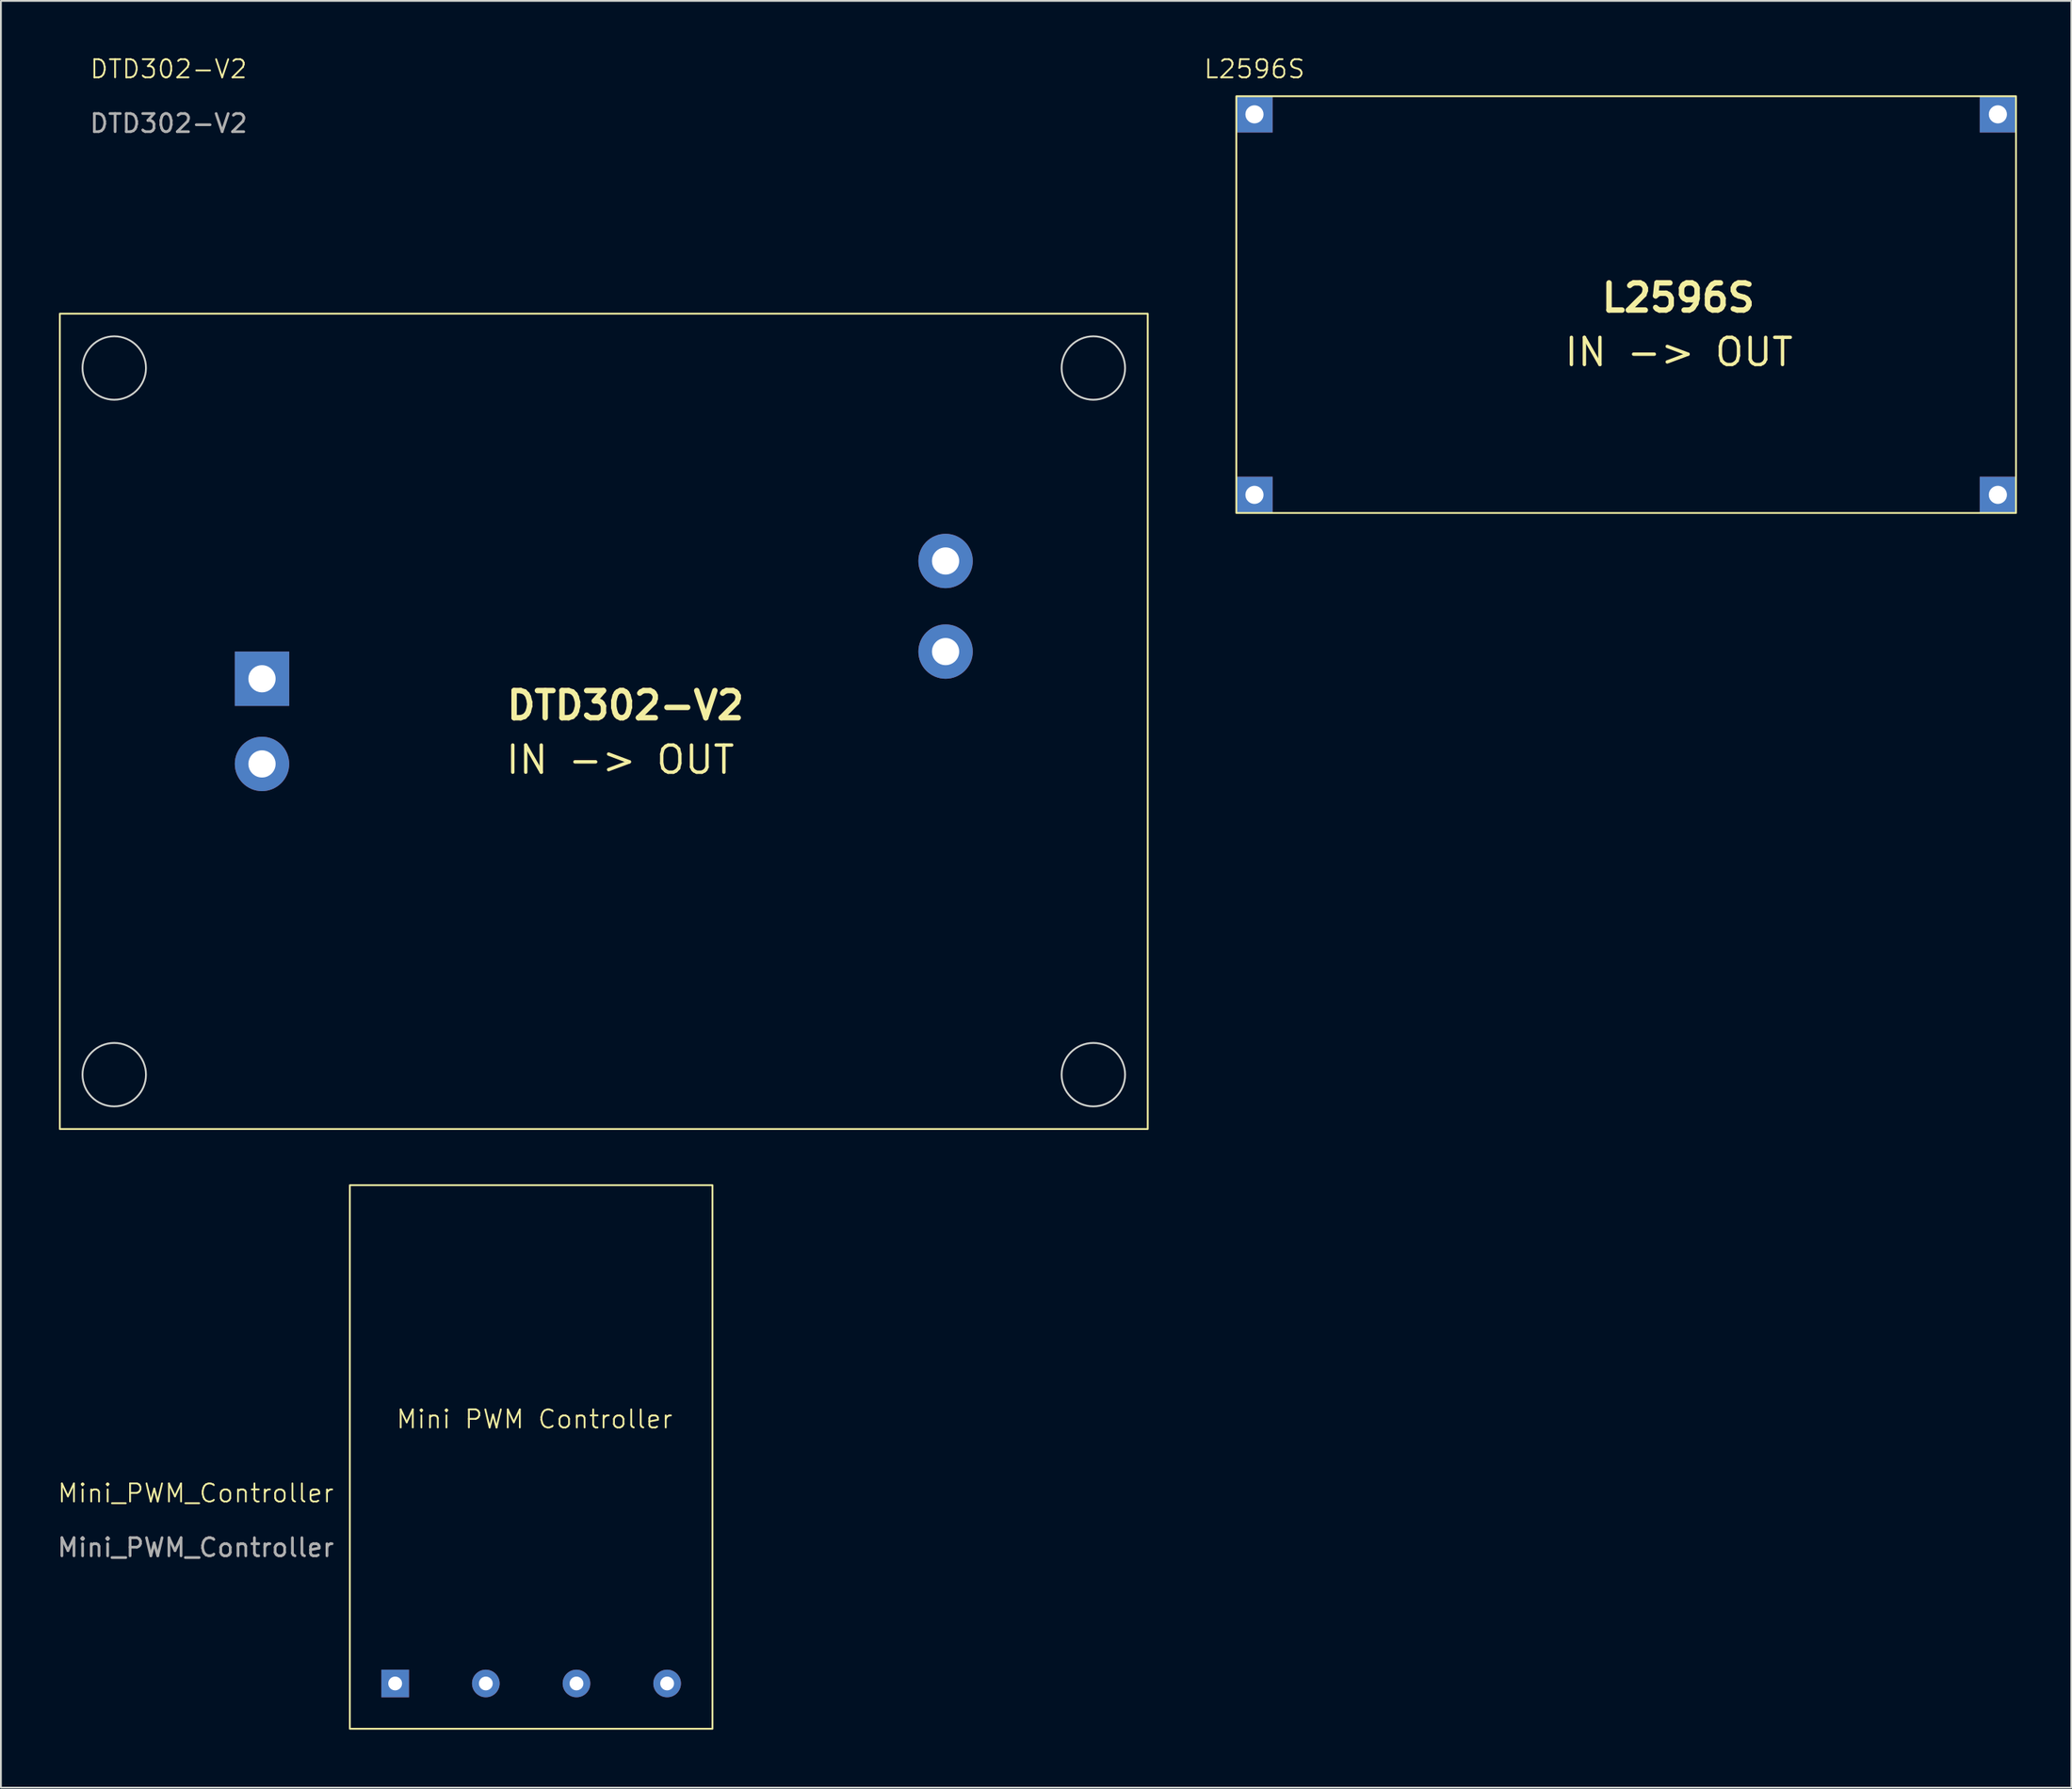
<source format=kicad_pcb>
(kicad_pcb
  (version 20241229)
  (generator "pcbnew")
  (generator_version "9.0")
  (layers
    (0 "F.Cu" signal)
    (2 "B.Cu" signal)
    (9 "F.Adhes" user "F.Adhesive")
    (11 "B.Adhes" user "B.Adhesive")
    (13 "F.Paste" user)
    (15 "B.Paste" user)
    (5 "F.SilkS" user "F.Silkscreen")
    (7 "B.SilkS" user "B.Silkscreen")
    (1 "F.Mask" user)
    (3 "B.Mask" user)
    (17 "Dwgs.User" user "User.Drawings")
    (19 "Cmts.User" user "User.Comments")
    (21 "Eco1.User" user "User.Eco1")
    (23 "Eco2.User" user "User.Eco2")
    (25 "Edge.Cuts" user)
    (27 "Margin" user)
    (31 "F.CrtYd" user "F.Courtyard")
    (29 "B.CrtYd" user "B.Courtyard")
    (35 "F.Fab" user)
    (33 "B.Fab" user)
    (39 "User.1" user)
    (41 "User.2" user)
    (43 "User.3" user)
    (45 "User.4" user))
  (footprint "DTD302-V2"
    (layer "F.Cu")
    (at 0.25 14.261)
    (property "Reference" "DTD302-V2" (at 6 -13.5 0) (unlocked yes) (layer "F.SilkS") (effects (font (size 1 1) (thickness 0.1))))
    (attr through_hole)
    (fp_rect (start 0 0) (end 60 45) (stroke (width 0.1) (type default)) (fill no) (layer "F.SilkS"))
    (fp_circle (center 3 3) (end 4.75 3) (stroke (width 0.1) (type default)) (fill no) (layer "Edge.Cuts"))
    (fp_circle (center 3 42) (end 4.75 42) (stroke (width 0.1) (type default)) (fill no) (layer "Edge.Cuts"))
    (fp_circle (center 57 3) (end 58.75 3) (stroke (width 0.1) (type default)) (fill no) (layer "Edge.Cuts"))
    (fp_circle (center 57 42) (end 58.75 42) (stroke (width 0.1) (type default)) (fill no) (layer "Edge.Cuts"))
    (fp_text user "IN -> OUT" (at 24.5 25.5 0) (unlocked yes) (layer "F.SilkS") (effects (font (size 1.5 1.5) (thickness 0.188)) (justify left bottom)))
    (fp_text user "DTD302-V2" (at 24.5 22.5 0) (unlocked yes) (layer "F.SilkS") (effects (font (size 1.5 1.5) (thickness 0.3) (bold yes)) (justify left bottom)))
    (fp_text user "${REFERENCE}" (at 6 -10.5 0) (unlocked yes) (layer "F.Fab") (effects (font (size 1 1) (thickness 0.15))))
    (pad "1" thru_hole rect (at 11.15 20.15) (size 3 3) (drill 1.5) (layers "*.Cu" "*.Mask"))
    (pad "2" thru_hole circle (at 11.15 24.85) (size 3 3) (drill 1.5) (layers "*.Cu" "*.Mask"))
    (pad "3" thru_hole circle (at 48.85 13.65) (size 3 3) (drill 1.5) (layers "*.Cu" "*.Mask"))
    (pad "4" thru_hole circle (at 48.85 18.65) (size 3 3) (drill 1.5) (layers "*.Cu" "*.Mask"))
    (zone (net_name "") (layer "F.Cu") (hatch edge 0.5) (connect_pads) (min_thickness 0.25) (filled_areas_thickness no) (keepout (tracks not_allowed) (vias not_allowed) (pads allowed) (copperpour not_allowed) (footprints allowed)) (placement (enabled no)) (fill) (polygon (pts (xy 0.25 14.261) (xy 60.25 14.261) (xy 60.25 59.261) (xy 0.25 59.261)))))
  (footprint "Mini_PWM_Controller"
    (layer "F.Cu")
    (at 16.244 92.361)
    (property "Reference" "Mini_PWM_Controller" (at -8.5 -13 0) (unlocked yes) (layer "F.SilkS") (effects (font (size 1 1) (thickness 0.1))))
    (attr through_hole)
    (fp_rect (start 0 -30) (end 20 0) (stroke (width 0.1) (type default)) (fill no) (layer "F.SilkS"))
    (fp_text user "Mini PWM Controller" (at 2.5 -16.5 0) (unlocked yes) (layer "F.SilkS") (effects (font (size 1 1) (thickness 0.1)) (justify left bottom)))
    (fp_text user "${REFERENCE}" (at -8.5 -10 0) (unlocked yes) (layer "F.Fab") (effects (font (size 1 1) (thickness 0.15))))
    (pad "1" thru_hole rect (at 2.5 -2.5) (size 1.524 1.524) (drill 0.762) (layers "*.Cu" "*.Mask"))
    (pad "2" thru_hole circle (at 7.5 -2.5) (size 1.524 1.524) (drill 0.762) (layers "*.Cu" "*.Mask"))
    (pad "3" thru_hole circle (at 12.5 -2.5) (size 1.524 1.524) (drill 0.762) (layers "*.Cu" "*.Mask"))
    (pad "4" thru_hole circle (at 17.5 -2.5) (size 1.524 1.524) (drill 0.762) (layers "*.Cu" "*.Mask"))
    (zone (net_name "") (layers "F.Cu" "B.Cu") (hatch edge 0.5) (connect_pads) (min_thickness 0.25) (filled_areas_thickness no) (keepout (tracks not_allowed) (vias not_allowed) (pads not_allowed) (copperpour not_allowed) (footprints not_allowed)) (placement (enabled no)) (fill) (polygon (pts (xy 16.244 88.861) (xy 36.244 88.861) (xy 36.244 62.361) (xy 16.244 62.361)))))
  (footprint "L2596S"
    (layer "F.Cu")
    (at 65.136 25.261)
    (property "Reference" "L2596S" (at 1 -24.5 0) (unlocked yes) (layer "F.SilkS") (effects (font (size 1 1) (thickness 0.1))))
    (attr through_hole)
    (fp_rect (start 0 -23) (end 43 0) (stroke (width 0.1) (type default)) (fill no) (layer "F.SilkS"))
    (fp_text user "L2596S" (at 20 -11 0) (unlocked yes) (layer "F.SilkS") (effects (font (size 1.5 1.5) (thickness 0.3) (bold yes)) (justify left bottom)))
    (fp_text user "IN -> OUT" (at 18 -8 0) (unlocked yes) (layer "F.SilkS") (effects (font (size 1.5 1.5) (thickness 0.188)) (justify left bottom)))
    (pad "1" thru_hole rect (at 1 -22) (size 2 2) (drill 1) (layers "*.Cu" "*.Mask"))
    (pad "2" thru_hole rect (at 1 -1) (size 2 2) (drill 1) (layers "*.Cu" "*.Mask"))
    (pad "3" thru_hole rect (at 42 -22) (size 2 2) (drill 1) (layers "*.Cu" "*.Mask"))
    (pad "4" thru_hole rect (at 42 -1) (size 2 2) (drill 1) (layers "*.Cu" "*.Mask"))
    (zone (net_name "") (layer "F.Cu") (hatch edge 0.5) (connect_pads) (min_thickness 0.25) (filled_areas_thickness no) (keepout (tracks not_allowed) (vias not_allowed) (pads not_allowed) (copperpour not_allowed) (footprints not_allowed)) (placement (enabled no)) (fill) (polygon (pts (xy 68.636 5.761) (xy 68.636 2.26) (xy 104.636 2.26) (xy 104.636 5.761) (xy 108.136 5.761) (xy 108.136 21.761) (xy 104.636 21.761) (xy 104.636 25.261) (xy 68.636 25.261) (xy 68.636 21.761) (xy 65.136 21.761) (xy 65.136 5.761)))))
  (gr_rect
    (start -3 -3)
    (end 111.186 95.611)
    (stroke (width 0.1) (type default))
    (fill no)
    (layer "Edge.Cuts")))
</source>
